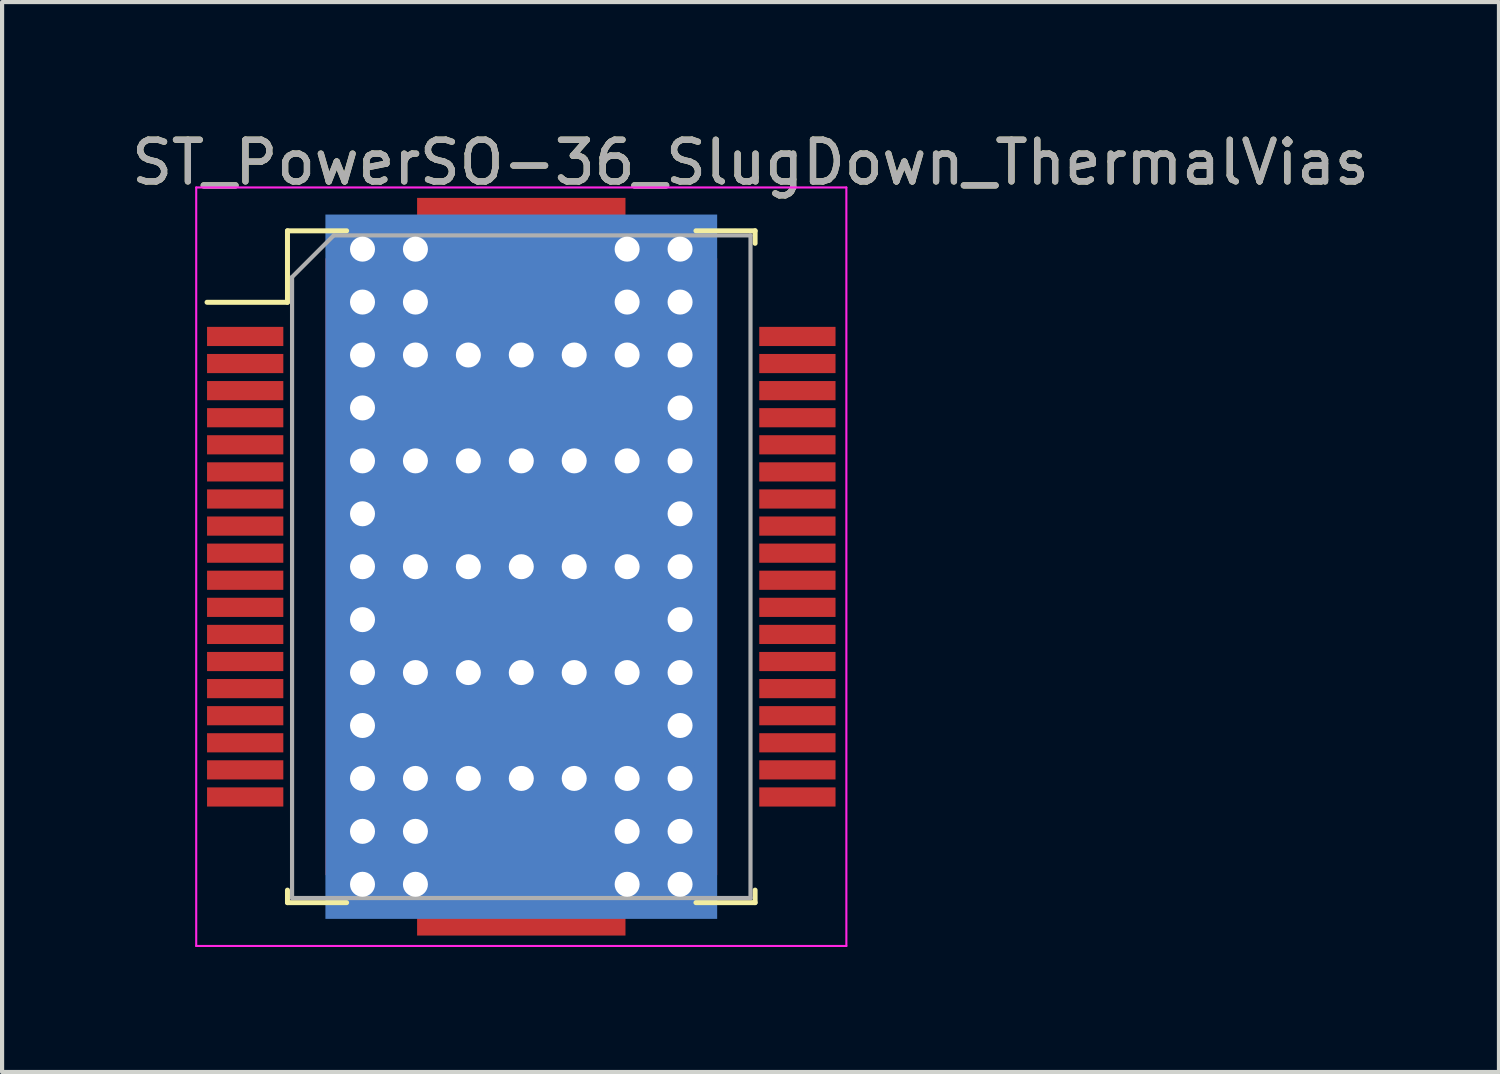
<source format=kicad_pcb>
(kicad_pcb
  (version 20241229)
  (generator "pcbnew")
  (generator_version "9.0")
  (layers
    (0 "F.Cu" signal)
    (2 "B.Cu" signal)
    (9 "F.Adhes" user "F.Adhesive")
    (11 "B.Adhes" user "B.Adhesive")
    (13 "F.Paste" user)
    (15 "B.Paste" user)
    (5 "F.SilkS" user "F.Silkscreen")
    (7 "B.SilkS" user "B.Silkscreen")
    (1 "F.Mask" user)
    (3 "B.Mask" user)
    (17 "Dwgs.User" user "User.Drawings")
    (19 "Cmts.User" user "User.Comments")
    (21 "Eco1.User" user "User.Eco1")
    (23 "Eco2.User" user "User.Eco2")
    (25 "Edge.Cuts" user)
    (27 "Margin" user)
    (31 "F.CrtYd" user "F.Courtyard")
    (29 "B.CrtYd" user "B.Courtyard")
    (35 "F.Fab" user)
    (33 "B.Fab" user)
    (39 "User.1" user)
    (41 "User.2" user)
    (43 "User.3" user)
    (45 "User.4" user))
  (footprint "ST_PowerSO-36_SlugDown_ThermalVias"
    (layer "F.Cu")
    (at 9.458 10.548)
    (property "Reference" "ST_PowerSO-36_SlugDown_ThermalVias" (at 5.5 -9.7 0) (layer "F.SilkS") (effects (font (size 1 1) (thickness 0.15))))
    (attr smd)
    (fp_line (start -7.54 -6.345) (end -5.61 -6.345) (stroke (width 0.12) (type solid)) (layer "F.SilkS"))
    (fp_line (start -5.61 -8.06) (end -4.191 -8.06) (stroke (width 0.12) (type solid)) (layer "F.SilkS"))
    (fp_line (start -5.61 -6.345) (end -5.61 -8.06) (stroke (width 0.12) (type solid)) (layer "F.SilkS"))
    (fp_line (start -5.61 7.76) (end -5.61 8.06) (stroke (width 0.12) (type solid)) (layer "F.SilkS"))
    (fp_line (start -5.61 8.06) (end -4.191 8.06) (stroke (width 0.12) (type solid)) (layer "F.SilkS"))
    (fp_line (start 4.191 -8.06) (end 5.61 -8.06) (stroke (width 0.12) (type solid)) (layer "F.SilkS"))
    (fp_line (start 4.191 8.06) (end 5.61 8.06) (stroke (width 0.12) (type solid)) (layer "F.SilkS"))
    (fp_line (start 5.61 -8.06) (end 5.61 -7.76) (stroke (width 0.12) (type solid)) (layer "F.SilkS"))
    (fp_line (start 5.61 8.06) (end 5.61 7.76) (stroke (width 0.12) (type solid)) (layer "F.SilkS"))
    (fp_line (start -7.8 -9.1) (end -7.8 9.1) (stroke (width 0.05) (type solid)) (layer "F.CrtYd"))
    (fp_line (start -7.8 9.1) (end 7.8 9.1) (stroke (width 0.05) (type solid)) (layer "F.CrtYd"))
    (fp_line (start 7.8 -9.1) (end -7.8 -9.1) (stroke (width 0.05) (type solid)) (layer "F.CrtYd"))
    (fp_line (start 7.8 9.1) (end 7.8 -9.1) (stroke (width 0.05) (type solid)) (layer "F.CrtYd"))
    (fp_line (start -5.5 -6.95) (end -5.5 7.95) (stroke (width 0.1) (type solid)) (layer "F.Fab"))
    (fp_line (start -5.5 -6.95) (end -4.5 -7.95) (stroke (width 0.1) (type solid)) (layer "F.Fab"))
    (fp_line (start -5.5 7.95) (end 5.5 7.95) (stroke (width 0.1) (type solid)) (layer "F.Fab"))
    (fp_line (start 5.5 -7.95) (end -4.5 -7.95) (stroke (width 0.1) (type solid)) (layer "F.Fab"))
    (fp_line (start 5.5 7.95) (end 5.5 -7.95) (stroke (width 0.1) (type solid)) (layer "F.Fab"))
    (fp_text user "${REFERENCE}" (at 5.5 -9.7 0) (layer "F.Fab") (effects (font (size 1 1) (thickness 0.15))))
    (pad "" smd rect (at 0 -6.95) (size 3.4 2.5) (layers "F.Paste"))
    (pad "" smd rect (at 0 -3.81) (size 6.4 1.27) (layers "F.Paste"))
    (pad "" smd rect (at 0 -1.27) (size 6.4 1.27) (layers "F.Paste"))
    (pad "" smd rect (at 0 1.27) (size 6.4 1.27) (layers "F.Paste"))
    (pad "" smd rect (at 0 3.81) (size 6.4 1.27) (layers "F.Paste"))
    (pad "" smd rect (at 0 6.95) (size 3.4 2.5) (layers "F.Paste"))
    (pad "1" smd rect (at -6.625 -5.525 90) (size 0.46 1.83) (layers "F.Cu" "F.Mask" "F.Paste"))
    (pad "2" smd rect (at -6.625 -4.875 90) (size 0.46 1.83) (layers "F.Cu" "F.Mask" "F.Paste"))
    (pad "3" smd rect (at -6.625 -4.225 90) (size 0.46 1.83) (layers "F.Cu" "F.Mask" "F.Paste"))
    (pad "4" smd rect (at -6.625 -3.575 90) (size 0.46 1.83) (layers "F.Cu" "F.Mask" "F.Paste"))
    (pad "5" smd rect (at -6.625 -2.925 90) (size 0.46 1.83) (layers "F.Cu" "F.Mask" "F.Paste"))
    (pad "6" smd rect (at -6.625 -2.275 90) (size 0.46 1.83) (layers "F.Cu" "F.Mask" "F.Paste"))
    (pad "7" smd rect (at -6.625 -1.625 90) (size 0.46 1.83) (layers "F.Cu" "F.Mask" "F.Paste"))
    (pad "8" smd rect (at -6.625 -0.975 90) (size 0.46 1.83) (layers "F.Cu" "F.Mask" "F.Paste"))
    (pad "9" smd rect (at -6.625 -0.325 90) (size 0.46 1.83) (layers "F.Cu" "F.Mask" "F.Paste"))
    (pad "10" smd rect (at -6.625 0.325 90) (size 0.46 1.83) (layers "F.Cu" "F.Mask" "F.Paste"))
    (pad "11" smd rect (at -6.625 0.975 90) (size 0.46 1.83) (layers "F.Cu" "F.Mask" "F.Paste"))
    (pad "12" smd rect (at -6.625 1.625 90) (size 0.46 1.83) (layers "F.Cu" "F.Mask" "F.Paste"))
    (pad "13" smd rect (at -6.625 2.275 90) (size 0.46 1.83) (layers "F.Cu" "F.Mask" "F.Paste"))
    (pad "14" smd rect (at -6.625 2.925 90) (size 0.46 1.83) (layers "F.Cu" "F.Mask" "F.Paste"))
    (pad "15" smd rect (at -6.625 3.575 90) (size 0.46 1.83) (layers "F.Cu" "F.Mask" "F.Paste"))
    (pad "16" smd rect (at -6.625 4.225 90) (size 0.46 1.83) (layers "F.Cu" "F.Mask" "F.Paste"))
    (pad "17" smd rect (at -6.625 4.875 90) (size 0.46 1.83) (layers "F.Cu" "F.Mask" "F.Paste"))
    (pad "18" smd rect (at -6.625 5.525 90) (size 0.46 1.83) (layers "F.Cu" "F.Mask" "F.Paste"))
    (pad "19" smd rect (at 6.625 0.325 90) (size 0.46 1.83) (layers "F.Cu" "F.Mask" "F.Paste"))
    (pad "20" smd rect (at 6.625 0.975 90) (size 0.46 1.83) (layers "F.Cu" "F.Mask" "F.Paste"))
    (pad "21" smd rect (at 6.625 1.625 90) (size 0.46 1.83) (layers "F.Cu" "F.Mask" "F.Paste"))
    (pad "22" smd rect (at 6.625 2.275 90) (size 0.46 1.83) (layers "F.Cu" "F.Mask" "F.Paste"))
    (pad "23" smd rect (at 6.625 2.925 90) (size 0.46 1.83) (layers "F.Cu" "F.Mask" "F.Paste"))
    (pad "24" smd rect (at 6.625 3.575 90) (size 0.46 1.83) (layers "F.Cu" "F.Mask" "F.Paste"))
    (pad "25" smd rect (at 6.625 4.225 90) (size 0.46 1.83) (layers "F.Cu" "F.Mask" "F.Paste"))
    (pad "26" smd rect (at 6.625 4.875 90) (size 0.46 1.83) (layers "F.Cu" "F.Mask" "F.Paste"))
    (pad "27" smd rect (at 6.625 5.525 90) (size 0.46 1.83) (layers "F.Cu" "F.Mask" "F.Paste"))
    (pad "28" smd rect (at 6.625 -0.325 90) (size 0.46 1.83) (layers "F.Cu" "F.Mask" "F.Paste"))
    (pad "29" smd rect (at 6.625 -0.975 90) (size 0.46 1.83) (layers "F.Cu" "F.Mask" "F.Paste"))
    (pad "30" smd rect (at 6.625 -1.625 90) (size 0.46 1.83) (layers "F.Cu" "F.Mask" "F.Paste"))
    (pad "31" smd rect (at 6.625 -2.275 90) (size 0.46 1.83) (layers "F.Cu" "F.Mask" "F.Paste"))
    (pad "32" smd rect (at 6.625 -2.925 90) (size 0.46 1.83) (layers "F.Cu" "F.Mask" "F.Paste"))
    (pad "33" smd rect (at 6.625 -3.575 90) (size 0.46 1.83) (layers "F.Cu" "F.Mask" "F.Paste"))
    (pad "34" smd rect (at 6.625 -4.225 90) (size 0.46 1.83) (layers "F.Cu" "F.Mask" "F.Paste"))
    (pad "35" smd rect (at 6.625 -4.875 90) (size 0.46 1.83) (layers "F.Cu" "F.Mask" "F.Paste"))
    (pad "36" smd rect (at 6.625 -5.525 90) (size 0.46 1.83) (layers "F.Cu" "F.Mask" "F.Paste"))
    (pad "37" thru_hole circle (at -3.81 -7.62) (size 0.9 0.9) (drill 0.6) (layers "*.Cu" "*.Mask"))
    (pad "37" thru_hole circle (at -3.81 -6.35) (size 0.9 0.9) (drill 0.6) (layers "*.Cu" "*.Mask"))
    (pad "37" thru_hole circle (at -3.81 -5.08) (size 0.9 0.9) (drill 0.6) (layers "*.Cu" "*.Mask"))
    (pad "37" thru_hole circle (at -3.81 -3.81) (size 0.9 0.9) (drill 0.6) (layers "*.Cu" "*.Mask"))
    (pad "37" thru_hole circle (at -3.81 -2.54) (size 0.9 0.9) (drill 0.6) (layers "*.Cu" "*.Mask"))
    (pad "37" thru_hole circle (at -3.81 -1.27) (size 0.9 0.9) (drill 0.6) (layers "*.Cu" "*.Mask"))
    (pad "37" thru_hole circle (at -3.81 0) (size 0.9 0.9) (drill 0.6) (layers "*.Cu" "*.Mask"))
    (pad "37" thru_hole circle (at -3.81 1.27) (size 0.9 0.9) (drill 0.6) (layers "*.Cu" "*.Mask"))
    (pad "37" thru_hole circle (at -3.81 2.54) (size 0.9 0.9) (drill 0.6) (layers "*.Cu" "*.Mask"))
    (pad "37" thru_hole circle (at -3.81 3.81) (size 0.9 0.9) (drill 0.6) (layers "*.Cu" "*.Mask"))
    (pad "37" thru_hole circle (at -3.81 5.08) (size 0.9 0.9) (drill 0.6) (layers "*.Cu" "*.Mask"))
    (pad "37" thru_hole circle (at -3.81 6.35) (size 0.9 0.9) (drill 0.6) (layers "*.Cu" "*.Mask"))
    (pad "37" thru_hole circle (at -3.81 7.62) (size 0.9 0.9) (drill 0.6) (layers "*.Cu" "*.Mask"))
    (pad "37" thru_hole circle (at -2.54 -7.62) (size 0.9 0.9) (drill 0.6) (layers "*.Cu" "*.Mask"))
    (pad "37" thru_hole circle (at -2.54 -6.35) (size 0.9 0.9) (drill 0.6) (layers "*.Cu" "*.Mask"))
    (pad "37" thru_hole circle (at -2.54 -5.08) (size 0.9 0.9) (drill 0.6) (layers "*.Cu" "*.Mask"))
    (pad "37" thru_hole circle (at -2.54 -2.54) (size 0.9 0.9) (drill 0.6) (layers "*.Cu" "*.Mask"))
    (pad "37" thru_hole circle (at -2.54 0) (size 0.9 0.9) (drill 0.6) (layers "*.Cu" "*.Mask"))
    (pad "37" thru_hole circle (at -2.54 2.54) (size 0.9 0.9) (drill 0.6) (layers "*.Cu" "*.Mask"))
    (pad "37" thru_hole circle (at -2.54 5.08) (size 0.9 0.9) (drill 0.6) (layers "*.Cu" "*.Mask"))
    (pad "37" thru_hole circle (at -2.54 6.35) (size 0.9 0.9) (drill 0.6) (layers "*.Cu" "*.Mask"))
    (pad "37" thru_hole circle (at -2.54 7.62) (size 0.9 0.9) (drill 0.6) (layers "*.Cu" "*.Mask"))
    (pad "37" thru_hole circle (at -1.27 -5.08) (size 0.9 0.9) (drill 0.6) (layers "*.Cu" "*.Mask"))
    (pad "37" thru_hole circle (at -1.27 -2.54) (size 0.9 0.9) (drill 0.6) (layers "*.Cu" "*.Mask"))
    (pad "37" thru_hole circle (at -1.27 0) (size 0.9 0.9) (drill 0.6) (layers "*.Cu" "*.Mask"))
    (pad "37" thru_hole circle (at -1.27 2.54) (size 0.9 0.9) (drill 0.6) (layers "*.Cu" "*.Mask"))
    (pad "37" thru_hole circle (at -1.27 5.08) (size 0.9 0.9) (drill 0.6) (layers "*.Cu" "*.Mask"))
    (pad "37" thru_hole circle (at 0 -5.08) (size 0.9 0.9) (drill 0.6) (layers "*.Cu" "*.Mask"))
    (pad "37" thru_hole circle (at 0 -2.54) (size 0.9 0.9) (drill 0.6) (layers "*.Cu" "*.Mask"))
    (pad "37" thru_hole circle (at 0 0) (size 0.9 0.9) (drill 0.6) (layers "*.Cu" "*.Mask"))
    (pad "37" smd custom (at 0 0) (size 3.4 2.5) (layers "F.Cu" "F.Mask") (options (anchor rect)) (primitives (gr_poly (pts (xy 2.5 8.85) (xy -2.5 8.85) (xy -2.5 7.4) (xy -4.7 7.4) (xy -4.7 -7.4) (xy -2.5 -7.4) (xy -2.5 -8.85) (xy 2.5 -8.85) (xy 2.5 -7.4) (xy 4.7 -7.4) (xy 4.7 7.4) (xy 2.5 7.4)) (width 0) (fill yes))))
    (pad "37" smd rect (at 0 0) (size 9.4 16.9) (layers "B.Cu"))
    (pad "37" thru_hole circle (at 0 2.54) (size 0.9 0.9) (drill 0.6) (layers "*.Cu" "*.Mask"))
    (pad "37" thru_hole circle (at 0 5.08) (size 0.9 0.9) (drill 0.6) (layers "*.Cu" "*.Mask"))
    (pad "37" thru_hole circle (at 1.27 -5.08) (size 0.9 0.9) (drill 0.6) (layers "*.Cu" "*.Mask"))
    (pad "37" thru_hole circle (at 1.27 -2.54) (size 0.9 0.9) (drill 0.6) (layers "*.Cu" "*.Mask"))
    (pad "37" thru_hole circle (at 1.27 0) (size 0.9 0.9) (drill 0.6) (layers "*.Cu" "*.Mask"))
    (pad "37" thru_hole circle (at 1.27 2.54) (size 0.9 0.9) (drill 0.6) (layers "*.Cu" "*.Mask"))
    (pad "37" thru_hole circle (at 1.27 5.08) (size 0.9 0.9) (drill 0.6) (layers "*.Cu" "*.Mask"))
    (pad "37" thru_hole circle (at 2.54 -7.62) (size 0.9 0.9) (drill 0.6) (layers "*.Cu" "*.Mask"))
    (pad "37" thru_hole circle (at 2.54 -6.35) (size 0.9 0.9) (drill 0.6) (layers "*.Cu" "*.Mask"))
    (pad "37" thru_hole circle (at 2.54 -5.08) (size 0.9 0.9) (drill 0.6) (layers "*.Cu" "*.Mask"))
    (pad "37" thru_hole circle (at 2.54 -2.54) (size 0.9 0.9) (drill 0.6) (layers "*.Cu" "*.Mask"))
    (pad "37" thru_hole circle (at 2.54 0) (size 0.9 0.9) (drill 0.6) (layers "*.Cu" "*.Mask"))
    (pad "37" thru_hole circle (at 2.54 2.54) (size 0.9 0.9) (drill 0.6) (layers "*.Cu" "*.Mask"))
    (pad "37" thru_hole circle (at 2.54 5.08) (size 0.9 0.9) (drill 0.6) (layers "*.Cu" "*.Mask"))
    (pad "37" thru_hole circle (at 2.54 6.35) (size 0.9 0.9) (drill 0.6) (layers "*.Cu" "*.Mask"))
    (pad "37" thru_hole circle (at 2.54 7.62) (size 0.9 0.9) (drill 0.6) (layers "*.Cu" "*.Mask"))
    (pad "37" thru_hole circle (at 3.81 -7.62) (size 0.9 0.9) (drill 0.6) (layers "*.Cu" "*.Mask"))
    (pad "37" thru_hole circle (at 3.81 -6.35) (size 0.9 0.9) (drill 0.6) (layers "*.Cu" "*.Mask"))
    (pad "37" thru_hole circle (at 3.81 -5.08) (size 0.9 0.9) (drill 0.6) (layers "*.Cu" "*.Mask"))
    (pad "37" thru_hole circle (at 3.81 -3.81) (size 0.9 0.9) (drill 0.6) (layers "*.Cu" "*.Mask"))
    (pad "37" thru_hole circle (at 3.81 -2.54) (size 0.9 0.9) (drill 0.6) (layers "*.Cu" "*.Mask"))
    (pad "37" thru_hole circle (at 3.81 -1.27) (size 0.9 0.9) (drill 0.6) (layers "*.Cu" "*.Mask"))
    (pad "37" thru_hole circle (at 3.81 0) (size 0.9 0.9) (drill 0.6) (layers "*.Cu" "*.Mask"))
    (pad "37" thru_hole circle (at 3.81 1.27) (size 0.9 0.9) (drill 0.6) (layers "*.Cu" "*.Mask"))
    (pad "37" thru_hole circle (at 3.81 2.54) (size 0.9 0.9) (drill 0.6) (layers "*.Cu" "*.Mask"))
    (pad "37" thru_hole circle (at 3.81 3.81) (size 0.9 0.9) (drill 0.6) (layers "*.Cu" "*.Mask"))
    (pad "37" thru_hole circle (at 3.81 5.08) (size 0.9 0.9) (drill 0.6) (layers "*.Cu" "*.Mask"))
    (pad "37" thru_hole circle (at 3.81 6.35) (size 0.9 0.9) (drill 0.6) (layers "*.Cu" "*.Mask"))
    (pad "37" thru_hole circle (at 3.81 7.62) (size 0.9 0.9) (drill 0.6) (layers "*.Cu" "*.Mask")))
  (gr_rect
    (start -3 -3)
    (end 32.917 22.673)
    (stroke (width 0.1) (type default))
    (fill no)
    (layer "Edge.Cuts")))
</source>
